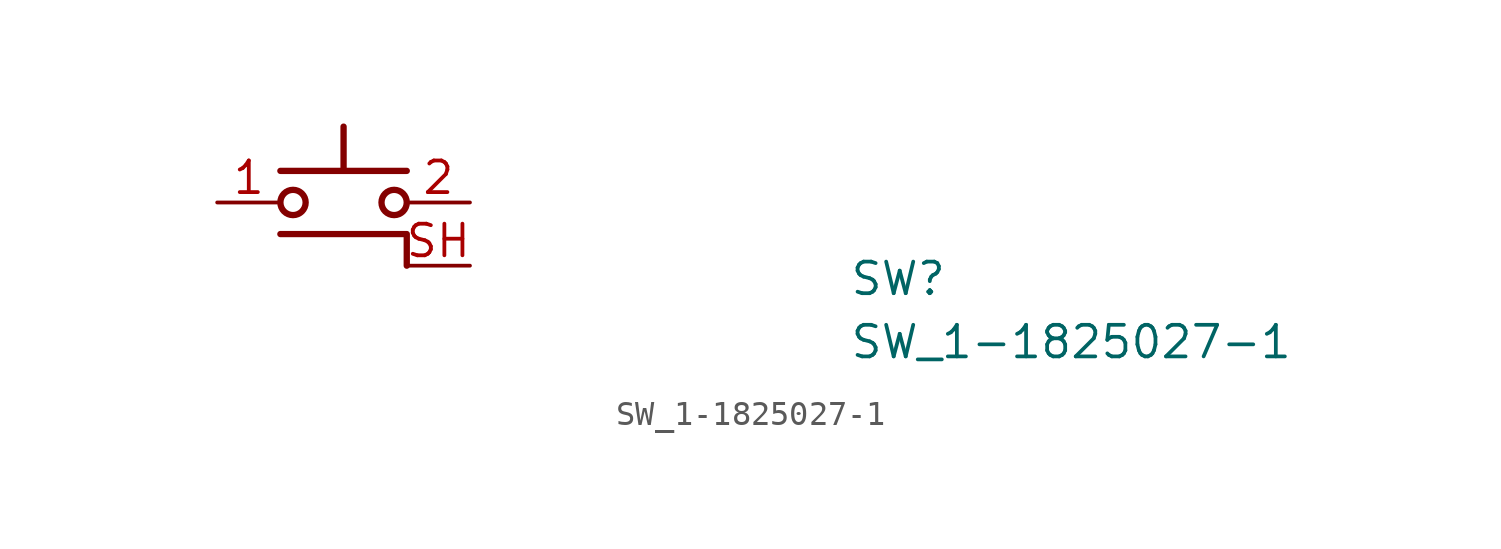
<source format=kicad_sym>
(kicad_symbol_lib
  (version 20211014)
  (generator kicad_symbol_editor)
  (symbol "SW_1-1825027-1"
    (pin_names hide)
    (property "Reference" "SW"
      (at 25.4 -5.08 0)
      (effects (font (size 1.27 1.27) (thickness 0.15)) (justify left bottom)))
    (property "Value" "SW_1-1825027-1"
      (at 25.4 -7.62 0)
      (effects (font (size 1.27 1.27) (thickness 0.15)) (justify left bottom)))
    (symbol "SW_1-1825027-1_1_1"
      (polyline (pts (xy 5.08 0) (xy 5.08 1.778)) (stroke (width 0.254) (type default) (color 0 0 0 0)) (fill (type background)))
      (polyline (pts (xy 7.62 0) (xy 2.54 0)) (stroke (width 0.254) (type default) (color 0 0 0 0)) (fill (type background)))
      (polyline (pts (xy 7.62 -3.81) (xy 7.62 -2.54) (xy 2.54 -2.54)) (stroke (width 0.254) (type default) (color 0 0 0 0)) (fill (type none)))
      (circle (center 3.048 -1.27) (radius 0.508) (stroke (width 0.254) (type default) (color 0 0 0 0)) (fill (type none)))
      (circle (center 7.112 -1.27) (radius 0.508) (stroke (width 0.254) (type default) (color 0 0 0 0)) (fill (type none)))
      (pin passive line (at 0 -1.27 0) (length 2.54) (name "1" (effects (font (size 1.27 1.27)))) (number "1" (effects (font (size 1.27 1.27)))))
      (pin passive line (at 10.16 -1.27 180) (length 2.54) (name "2" (effects (font (size 1.27 1.27)))) (number "2" (effects (font (size 1.27 1.27)))))
      (pin passive line (at 10.16 -3.81 180) (length 2.54) (name "SH" (effects (font (size 1.27 1.27)))) (number "SH" (effects (font (size 1.27 1.27))))))))
</source>
